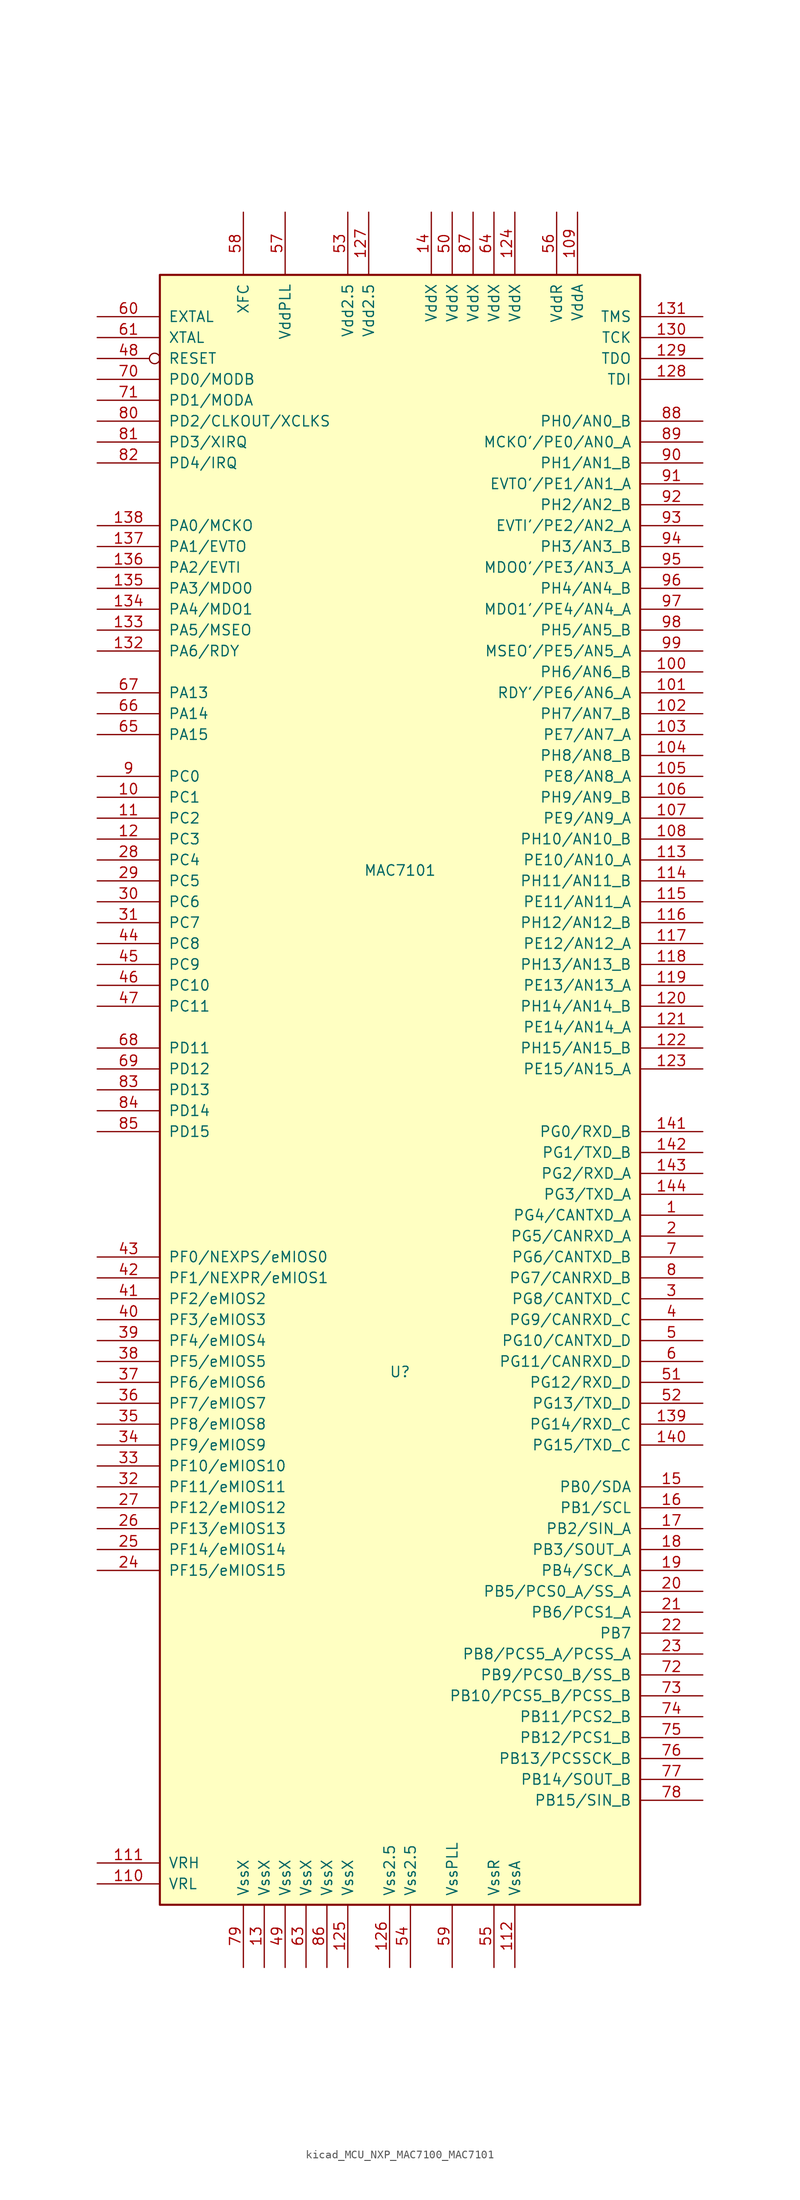
<source format=kicad_sym>
(kicad_symbol_lib
  (version 20220914)
  (generator kicad_symbol_editor)
  (symbol "kicad_MCU_NXP_MAC7100_MAC7101"
    (pin_names
      (offset 1.016))
    (property "Reference" "U"
      (at 1.27 -44.45 0)
      (effects (font (size 1.27 1.27))))
    (property "Value" "MAC7101"
      (at 1.27 16.51 0)
      (effects (font (size 1.27 1.27))))
    (symbol "kicad_MCU_NXP_MAC7100_MAC7101_0_1"
      (rectangle (start 30.48 -109.22) (end -27.94 88.9) (stroke (width 0.254) (type default)) (fill (type background))))
    (symbol "kicad_MCU_NXP_MAC7100_MAC7101_1_1"
      (pin bidirectional line (at 38.1 -25.4 180) (length 7.62) (name "PG4/CANTXD_A" (effects (font (size 1.27 1.27)))) (number "1" (effects (font (size 1.27 1.27)))))
      (pin bidirectional line (at -35.56 25.4 0) (length 7.62) (name "PC1" (effects (font (size 1.27 1.27)))) (number "10" (effects (font (size 1.27 1.27)))))
      (pin bidirectional line (at 38.1 40.64 180) (length 7.62) (name "PH6/AN6_B" (effects (font (size 1.27 1.27)))) (number "100" (effects (font (size 1.27 1.27)))))
      (pin bidirectional line (at 38.1 38.1 180) (length 7.62) (name "RDY'/PE6/AN6_A" (effects (font (size 1.27 1.27)))) (number "101" (effects (font (size 1.27 1.27)))))
      (pin bidirectional line (at 38.1 35.56 180) (length 7.62) (name "PH7/AN7_B" (effects (font (size 1.27 1.27)))) (number "102" (effects (font (size 1.27 1.27)))))
      (pin bidirectional line (at 38.1 33.02 180) (length 7.62) (name "PE7/AN7_A" (effects (font (size 1.27 1.27)))) (number "103" (effects (font (size 1.27 1.27)))))
      (pin bidirectional line (at 38.1 30.48 180) (length 7.62) (name "PH8/AN8_B" (effects (font (size 1.27 1.27)))) (number "104" (effects (font (size 1.27 1.27)))))
      (pin bidirectional line (at 38.1 27.94 180) (length 7.62) (name "PE8/AN8_A" (effects (font (size 1.27 1.27)))) (number "105" (effects (font (size 1.27 1.27)))))
      (pin bidirectional line (at 38.1 25.4 180) (length 7.62) (name "PH9/AN9_B" (effects (font (size 1.27 1.27)))) (number "106" (effects (font (size 1.27 1.27)))))
      (pin bidirectional line (at 38.1 22.86 180) (length 7.62) (name "PE9/AN9_A" (effects (font (size 1.27 1.27)))) (number "107" (effects (font (size 1.27 1.27)))))
      (pin bidirectional line (at 38.1 20.32 180) (length 7.62) (name "PH10/AN10_B" (effects (font (size 1.27 1.27)))) (number "108" (effects (font (size 1.27 1.27)))))
      (pin power_in line (at 22.86 96.52 270) (length 7.62) (name "VddA" (effects (font (size 1.27 1.27)))) (number "109" (effects (font (size 1.27 1.27)))))
      (pin bidirectional line (at -35.56 22.86 0) (length 7.62) (name "PC2" (effects (font (size 1.27 1.27)))) (number "11" (effects (font (size 1.27 1.27)))))
      (pin passive line (at -35.56 -106.68 0) (length 7.62) (name "VRL" (effects (font (size 1.27 1.27)))) (number "110" (effects (font (size 1.27 1.27)))))
      (pin passive line (at -35.56 -104.14 0) (length 7.62) (name "VRH" (effects (font (size 1.27 1.27)))) (number "111" (effects (font (size 1.27 1.27)))))
      (pin power_in line (at 15.24 -116.84 90) (length 7.62) (name "VssA" (effects (font (size 1.27 1.27)))) (number "112" (effects (font (size 1.27 1.27)))))
      (pin bidirectional line (at 38.1 17.78 180) (length 7.62) (name "PE10/AN10_A" (effects (font (size 1.27 1.27)))) (number "113" (effects (font (size 1.27 1.27)))))
      (pin bidirectional line (at 38.1 15.24 180) (length 7.62) (name "PH11/AN11_B" (effects (font (size 1.27 1.27)))) (number "114" (effects (font (size 1.27 1.27)))))
      (pin bidirectional line (at 38.1 12.7 180) (length 7.62) (name "PE11/AN11_A" (effects (font (size 1.27 1.27)))) (number "115" (effects (font (size 1.27 1.27)))))
      (pin bidirectional line (at 38.1 10.16 180) (length 7.62) (name "PH12/AN12_B" (effects (font (size 1.27 1.27)))) (number "116" (effects (font (size 1.27 1.27)))))
      (pin bidirectional line (at 38.1 7.62 180) (length 7.62) (name "PE12/AN12_A" (effects (font (size 1.27 1.27)))) (number "117" (effects (font (size 1.27 1.27)))))
      (pin bidirectional line (at 38.1 5.08 180) (length 7.62) (name "PH13/AN13_B" (effects (font (size 1.27 1.27)))) (number "118" (effects (font (size 1.27 1.27)))))
      (pin bidirectional line (at 38.1 2.54 180) (length 7.62) (name "PE13/AN13_A" (effects (font (size 1.27 1.27)))) (number "119" (effects (font (size 1.27 1.27)))))
      (pin bidirectional line (at -35.56 20.32 0) (length 7.62) (name "PC3" (effects (font (size 1.27 1.27)))) (number "12" (effects (font (size 1.27 1.27)))))
      (pin bidirectional line (at 38.1 0 180) (length 7.62) (name "PH14/AN14_B" (effects (font (size 1.27 1.27)))) (number "120" (effects (font (size 1.27 1.27)))))
      (pin bidirectional line (at 38.1 -2.54 180) (length 7.62) (name "PE14/AN14_A" (effects (font (size 1.27 1.27)))) (number "121" (effects (font (size 1.27 1.27)))))
      (pin bidirectional line (at 38.1 -5.08 180) (length 7.62) (name "PH15/AN15_B" (effects (font (size 1.27 1.27)))) (number "122" (effects (font (size 1.27 1.27)))))
      (pin bidirectional line (at 38.1 -7.62 180) (length 7.62) (name "PE15/AN15_A" (effects (font (size 1.27 1.27)))) (number "123" (effects (font (size 1.27 1.27)))))
      (pin power_in line (at 15.24 96.52 270) (length 7.62) (name "VddX" (effects (font (size 1.27 1.27)))) (number "124" (effects (font (size 1.27 1.27)))))
      (pin power_in line (at -5.08 -116.84 90) (length 7.62) (name "VssX" (effects (font (size 1.27 1.27)))) (number "125" (effects (font (size 1.27 1.27)))))
      (pin power_in line (at 0 -116.84 90) (length 7.62) (name "Vss2.5" (effects (font (size 1.27 1.27)))) (number "126" (effects (font (size 1.27 1.27)))))
      (pin power_in line (at -2.54 96.52 270) (length 7.62) (name "Vdd2.5" (effects (font (size 1.27 1.27)))) (number "127" (effects (font (size 1.27 1.27)))))
      (pin input line (at 38.1 76.2 180) (length 7.62) (name "TDI" (effects (font (size 1.27 1.27)))) (number "128" (effects (font (size 1.27 1.27)))))
      (pin output line (at 38.1 78.74 180) (length 7.62) (name "TDO" (effects (font (size 1.27 1.27)))) (number "129" (effects (font (size 1.27 1.27)))))
      (pin power_in line (at -15.24 -116.84 90) (length 7.62) (name "VssX" (effects (font (size 1.27 1.27)))) (number "13" (effects (font (size 1.27 1.27)))))
      (pin input line (at 38.1 81.28 180) (length 7.62) (name "TCK" (effects (font (size 1.27 1.27)))) (number "130" (effects (font (size 1.27 1.27)))))
      (pin input line (at 38.1 83.82 180) (length 7.62) (name "TMS" (effects (font (size 1.27 1.27)))) (number "131" (effects (font (size 1.27 1.27)))))
      (pin bidirectional line (at -35.56 43.18 0) (length 7.62) (name "PA6/RDY" (effects (font (size 1.27 1.27)))) (number "132" (effects (font (size 1.27 1.27)))))
      (pin bidirectional line (at -35.56 45.72 0) (length 7.62) (name "PA5/MSEO" (effects (font (size 1.27 1.27)))) (number "133" (effects (font (size 1.27 1.27)))))
      (pin bidirectional line (at -35.56 48.26 0) (length 7.62) (name "PA4/MDO1" (effects (font (size 1.27 1.27)))) (number "134" (effects (font (size 1.27 1.27)))))
      (pin bidirectional line (at -35.56 50.8 0) (length 7.62) (name "PA3/MDO0" (effects (font (size 1.27 1.27)))) (number "135" (effects (font (size 1.27 1.27)))))
      (pin bidirectional line (at -35.56 53.34 0) (length 7.62) (name "PA2/EVTI" (effects (font (size 1.27 1.27)))) (number "136" (effects (font (size 1.27 1.27)))))
      (pin bidirectional line (at -35.56 55.88 0) (length 7.62) (name "PA1/EVTO" (effects (font (size 1.27 1.27)))) (number "137" (effects (font (size 1.27 1.27)))))
      (pin bidirectional line (at -35.56 58.42 0) (length 7.62) (name "PA0/MCKO" (effects (font (size 1.27 1.27)))) (number "138" (effects (font (size 1.27 1.27)))))
      (pin bidirectional line (at 38.1 -50.8 180) (length 7.62) (name "PG14/RXD_C" (effects (font (size 1.27 1.27)))) (number "139" (effects (font (size 1.27 1.27)))))
      (pin power_in line (at 5.08 96.52 270) (length 7.62) (name "VddX" (effects (font (size 1.27 1.27)))) (number "14" (effects (font (size 1.27 1.27)))))
      (pin bidirectional line (at 38.1 -53.34 180) (length 7.62) (name "PG15/TXD_C" (effects (font (size 1.27 1.27)))) (number "140" (effects (font (size 1.27 1.27)))))
      (pin bidirectional line (at 38.1 -15.24 180) (length 7.62) (name "PG0/RXD_B" (effects (font (size 1.27 1.27)))) (number "141" (effects (font (size 1.27 1.27)))))
      (pin bidirectional line (at 38.1 -17.78 180) (length 7.62) (name "PG1/TXD_B" (effects (font (size 1.27 1.27)))) (number "142" (effects (font (size 1.27 1.27)))))
      (pin bidirectional line (at 38.1 -20.32 180) (length 7.62) (name "PG2/RXD_A" (effects (font (size 1.27 1.27)))) (number "143" (effects (font (size 1.27 1.27)))))
      (pin bidirectional line (at 38.1 -22.86 180) (length 7.62) (name "PG3/TXD_A" (effects (font (size 1.27 1.27)))) (number "144" (effects (font (size 1.27 1.27)))))
      (pin bidirectional line (at 38.1 -58.42 180) (length 7.62) (name "PB0/SDA" (effects (font (size 1.27 1.27)))) (number "15" (effects (font (size 1.27 1.27)))))
      (pin bidirectional line (at 38.1 -60.96 180) (length 7.62) (name "PB1/SCL" (effects (font (size 1.27 1.27)))) (number "16" (effects (font (size 1.27 1.27)))))
      (pin bidirectional line (at 38.1 -63.5 180) (length 7.62) (name "PB2/SIN_A" (effects (font (size 1.27 1.27)))) (number "17" (effects (font (size 1.27 1.27)))))
      (pin bidirectional line (at 38.1 -66.04 180) (length 7.62) (name "PB3/SOUT_A" (effects (font (size 1.27 1.27)))) (number "18" (effects (font (size 1.27 1.27)))))
      (pin bidirectional line (at 38.1 -68.58 180) (length 7.62) (name "PB4/SCK_A" (effects (font (size 1.27 1.27)))) (number "19" (effects (font (size 1.27 1.27)))))
      (pin bidirectional line (at 38.1 -27.94 180) (length 7.62) (name "PG5/CANRXD_A" (effects (font (size 1.27 1.27)))) (number "2" (effects (font (size 1.27 1.27)))))
      (pin bidirectional line (at 38.1 -71.12 180) (length 7.62) (name "PB5/PCS0_A/SS_A" (effects (font (size 1.27 1.27)))) (number "20" (effects (font (size 1.27 1.27)))))
      (pin bidirectional line (at 38.1 -73.66 180) (length 7.62) (name "PB6/PCS1_A" (effects (font (size 1.27 1.27)))) (number "21" (effects (font (size 1.27 1.27)))))
      (pin bidirectional line (at 38.1 -76.2 180) (length 7.62) (name "PB7" (effects (font (size 1.27 1.27)))) (number "22" (effects (font (size 1.27 1.27)))))
      (pin bidirectional line (at 38.1 -78.74 180) (length 7.62) (name "PB8/PCS5_A/PCSS_A" (effects (font (size 1.27 1.27)))) (number "23" (effects (font (size 1.27 1.27)))))
      (pin bidirectional line (at -35.56 -68.58 0) (length 7.62) (name "PF15/eMIOS15" (effects (font (size 1.27 1.27)))) (number "24" (effects (font (size 1.27 1.27)))))
      (pin bidirectional line (at -35.56 -66.04 0) (length 7.62) (name "PF14/eMIOS14" (effects (font (size 1.27 1.27)))) (number "25" (effects (font (size 1.27 1.27)))))
      (pin bidirectional line (at -35.56 -63.5 0) (length 7.62) (name "PF13/eMIOS13" (effects (font (size 1.27 1.27)))) (number "26" (effects (font (size 1.27 1.27)))))
      (pin bidirectional line (at -35.56 -60.96 0) (length 7.62) (name "PF12/eMIOS12" (effects (font (size 1.27 1.27)))) (number "27" (effects (font (size 1.27 1.27)))))
      (pin bidirectional line (at -35.56 17.78 0) (length 7.62) (name "PC4" (effects (font (size 1.27 1.27)))) (number "28" (effects (font (size 1.27 1.27)))))
      (pin bidirectional line (at -35.56 15.24 0) (length 7.62) (name "PC5" (effects (font (size 1.27 1.27)))) (number "29" (effects (font (size 1.27 1.27)))))
      (pin bidirectional line (at 38.1 -35.56 180) (length 7.62) (name "PG8/CANTXD_C" (effects (font (size 1.27 1.27)))) (number "3" (effects (font (size 1.27 1.27)))))
      (pin bidirectional line (at -35.56 12.7 0) (length 7.62) (name "PC6" (effects (font (size 1.27 1.27)))) (number "30" (effects (font (size 1.27 1.27)))))
      (pin bidirectional line (at -35.56 10.16 0) (length 7.62) (name "PC7" (effects (font (size 1.27 1.27)))) (number "31" (effects (font (size 1.27 1.27)))))
      (pin bidirectional line (at -35.56 -58.42 0) (length 7.62) (name "PF11/eMIOS11" (effects (font (size 1.27 1.27)))) (number "32" (effects (font (size 1.27 1.27)))))
      (pin bidirectional line (at -35.56 -55.88 0) (length 7.62) (name "PF10/eMIOS10" (effects (font (size 1.27 1.27)))) (number "33" (effects (font (size 1.27 1.27)))))
      (pin bidirectional line (at -35.56 -53.34 0) (length 7.62) (name "PF9/eMIOS9" (effects (font (size 1.27 1.27)))) (number "34" (effects (font (size 1.27 1.27)))))
      (pin bidirectional line (at -35.56 -50.8 0) (length 7.62) (name "PF8/eMIOS8" (effects (font (size 1.27 1.27)))) (number "35" (effects (font (size 1.27 1.27)))))
      (pin bidirectional line (at -35.56 -48.26 0) (length 7.62) (name "PF7/eMIOS7" (effects (font (size 1.27 1.27)))) (number "36" (effects (font (size 1.27 1.27)))))
      (pin bidirectional line (at -35.56 -45.72 0) (length 7.62) (name "PF6/eMIOS6" (effects (font (size 1.27 1.27)))) (number "37" (effects (font (size 1.27 1.27)))))
      (pin bidirectional line (at -35.56 -43.18 0) (length 7.62) (name "PF5/eMIOS5" (effects (font (size 1.27 1.27)))) (number "38" (effects (font (size 1.27 1.27)))))
      (pin bidirectional line (at -35.56 -40.64 0) (length 7.62) (name "PF4/eMIOS4" (effects (font (size 1.27 1.27)))) (number "39" (effects (font (size 1.27 1.27)))))
      (pin bidirectional line (at 38.1 -38.1 180) (length 7.62) (name "PG9/CANRXD_C" (effects (font (size 1.27 1.27)))) (number "4" (effects (font (size 1.27 1.27)))))
      (pin bidirectional line (at -35.56 -38.1 0) (length 7.62) (name "PF3/eMIOS3" (effects (font (size 1.27 1.27)))) (number "40" (effects (font (size 1.27 1.27)))))
      (pin bidirectional line (at -35.56 -35.56 0) (length 7.62) (name "PF2/eMIOS2" (effects (font (size 1.27 1.27)))) (number "41" (effects (font (size 1.27 1.27)))))
      (pin bidirectional line (at -35.56 -33.02 0) (length 7.62) (name "PF1/NEXPR/eMIOS1" (effects (font (size 1.27 1.27)))) (number "42" (effects (font (size 1.27 1.27)))))
      (pin bidirectional line (at -35.56 -30.48 0) (length 7.62) (name "PF0/NEXPS/eMIOS0" (effects (font (size 1.27 1.27)))) (number "43" (effects (font (size 1.27 1.27)))))
      (pin bidirectional line (at -35.56 7.62 0) (length 7.62) (name "PC8" (effects (font (size 1.27 1.27)))) (number "44" (effects (font (size 1.27 1.27)))))
      (pin bidirectional line (at -35.56 5.08 0) (length 7.62) (name "PC9" (effects (font (size 1.27 1.27)))) (number "45" (effects (font (size 1.27 1.27)))))
      (pin bidirectional line (at -35.56 2.54 0) (length 7.62) (name "PC10" (effects (font (size 1.27 1.27)))) (number "46" (effects (font (size 1.27 1.27)))))
      (pin bidirectional line (at -35.56 0 0) (length 7.62) (name "PC11" (effects (font (size 1.27 1.27)))) (number "47" (effects (font (size 1.27 1.27)))))
      (pin bidirectional inverted (at -35.56 78.74 0) (length 7.62) (name "RESET" (effects (font (size 1.27 1.27)))) (number "48" (effects (font (size 1.27 1.27)))))
      (pin power_in line (at -12.7 -116.84 90) (length 7.62) (name "VssX" (effects (font (size 1.27 1.27)))) (number "49" (effects (font (size 1.27 1.27)))))
      (pin bidirectional line (at 38.1 -40.64 180) (length 7.62) (name "PG10/CANTXD_D" (effects (font (size 1.27 1.27)))) (number "5" (effects (font (size 1.27 1.27)))))
      (pin power_in line (at 7.62 96.52 270) (length 7.62) (name "VddX" (effects (font (size 1.27 1.27)))) (number "50" (effects (font (size 1.27 1.27)))))
      (pin bidirectional line (at 38.1 -45.72 180) (length 7.62) (name "PG12/RXD_D" (effects (font (size 1.27 1.27)))) (number "51" (effects (font (size 1.27 1.27)))))
      (pin bidirectional line (at 38.1 -48.26 180) (length 7.62) (name "PG13/TXD_D" (effects (font (size 1.27 1.27)))) (number "52" (effects (font (size 1.27 1.27)))))
      (pin passive line (at -5.08 96.52 270) (length 7.62) (name "Vdd2.5" (effects (font (size 1.27 1.27)))) (number "53" (effects (font (size 1.27 1.27)))))
      (pin passive line (at 2.54 -116.84 90) (length 7.62) (name "Vss2.5" (effects (font (size 1.27 1.27)))) (number "54" (effects (font (size 1.27 1.27)))))
      (pin power_in line (at 12.7 -116.84 90) (length 7.62) (name "VssR" (effects (font (size 1.27 1.27)))) (number "55" (effects (font (size 1.27 1.27)))))
      (pin power_in line (at 20.32 96.52 270) (length 7.62) (name "VddR" (effects (font (size 1.27 1.27)))) (number "56" (effects (font (size 1.27 1.27)))))
      (pin passive line (at -12.7 96.52 270) (length 7.62) (name "VddPLL" (effects (font (size 1.27 1.27)))) (number "57" (effects (font (size 1.27 1.27)))))
      (pin bidirectional line (at -17.78 96.52 270) (length 7.62) (name "XFC" (effects (font (size 1.27 1.27)))) (number "58" (effects (font (size 1.27 1.27)))))
      (pin passive line (at 7.62 -116.84 90) (length 7.62) (name "VssPLL" (effects (font (size 1.27 1.27)))) (number "59" (effects (font (size 1.27 1.27)))))
      (pin bidirectional line (at 38.1 -43.18 180) (length 7.62) (name "PG11/CANRXD_D" (effects (font (size 1.27 1.27)))) (number "6" (effects (font (size 1.27 1.27)))))
      (pin input line (at -35.56 83.82 0) (length 7.62) (name "EXTAL" (effects (font (size 1.27 1.27)))) (number "60" (effects (font (size 1.27 1.27)))))
      (pin output line (at -35.56 81.28 0) (length 7.62) (name "XTAL" (effects (font (size 1.27 1.27)))) (number "61" (effects (font (size 1.27 1.27)))))
      (pin power_in line (at -10.16 -116.84 90) (length 7.62) (name "VssX" (effects (font (size 1.27 1.27)))) (number "63" (effects (font (size 1.27 1.27)))))
      (pin power_in line (at 12.7 96.52 270) (length 7.62) (name "VddX" (effects (font (size 1.27 1.27)))) (number "64" (effects (font (size 1.27 1.27)))))
      (pin bidirectional line (at -35.56 33.02 0) (length 7.62) (name "PA15" (effects (font (size 1.27 1.27)))) (number "65" (effects (font (size 1.27 1.27)))))
      (pin bidirectional line (at -35.56 35.56 0) (length 7.62) (name "PA14" (effects (font (size 1.27 1.27)))) (number "66" (effects (font (size 1.27 1.27)))))
      (pin bidirectional line (at -35.56 38.1 0) (length 7.62) (name "PA13" (effects (font (size 1.27 1.27)))) (number "67" (effects (font (size 1.27 1.27)))))
      (pin bidirectional line (at -35.56 -5.08 0) (length 7.62) (name "PD11" (effects (font (size 1.27 1.27)))) (number "68" (effects (font (size 1.27 1.27)))))
      (pin bidirectional line (at -35.56 -7.62 0) (length 7.62) (name "PD12" (effects (font (size 1.27 1.27)))) (number "69" (effects (font (size 1.27 1.27)))))
      (pin bidirectional line (at 38.1 -30.48 180) (length 7.62) (name "PG6/CANTXD_B" (effects (font (size 1.27 1.27)))) (number "7" (effects (font (size 1.27 1.27)))))
      (pin bidirectional line (at -35.56 76.2 0) (length 7.62) (name "PD0/MODB" (effects (font (size 1.27 1.27)))) (number "70" (effects (font (size 1.27 1.27)))))
      (pin bidirectional line (at -35.56 73.66 0) (length 7.62) (name "PD1/MODA" (effects (font (size 1.27 1.27)))) (number "71" (effects (font (size 1.27 1.27)))))
      (pin bidirectional line (at 38.1 -81.28 180) (length 7.62) (name "PB9/PCS0_B/SS_B" (effects (font (size 1.27 1.27)))) (number "72" (effects (font (size 1.27 1.27)))))
      (pin bidirectional line (at 38.1 -83.82 180) (length 7.62) (name "PB10/PCS5_B/PCSS_B" (effects (font (size 1.27 1.27)))) (number "73" (effects (font (size 1.27 1.27)))))
      (pin bidirectional line (at 38.1 -86.36 180) (length 7.62) (name "PB11/PCS2_B" (effects (font (size 1.27 1.27)))) (number "74" (effects (font (size 1.27 1.27)))))
      (pin bidirectional line (at 38.1 -88.9 180) (length 7.62) (name "PB12/PCS1_B" (effects (font (size 1.27 1.27)))) (number "75" (effects (font (size 1.27 1.27)))))
      (pin bidirectional line (at 38.1 -91.44 180) (length 7.62) (name "PB13/PCSSCK_B" (effects (font (size 1.27 1.27)))) (number "76" (effects (font (size 1.27 1.27)))))
      (pin bidirectional line (at 38.1 -93.98 180) (length 7.62) (name "PB14/SOUT_B" (effects (font (size 1.27 1.27)))) (number "77" (effects (font (size 1.27 1.27)))))
      (pin bidirectional line (at 38.1 -96.52 180) (length 7.62) (name "PB15/SIN_B" (effects (font (size 1.27 1.27)))) (number "78" (effects (font (size 1.27 1.27)))))
      (pin power_in line (at -17.78 -116.84 90) (length 7.62) (name "VssX" (effects (font (size 1.27 1.27)))) (number "79" (effects (font (size 1.27 1.27)))))
      (pin bidirectional line (at 38.1 -33.02 180) (length 7.62) (name "PG7/CANRXD_B" (effects (font (size 1.27 1.27)))) (number "8" (effects (font (size 1.27 1.27)))))
      (pin bidirectional line (at -35.56 71.12 0) (length 7.62) (name "PD2/CLKOUT/XCLKS" (effects (font (size 1.27 1.27)))) (number "80" (effects (font (size 1.27 1.27)))))
      (pin bidirectional line (at -35.56 68.58 0) (length 7.62) (name "PD3/XIRQ" (effects (font (size 1.27 1.27)))) (number "81" (effects (font (size 1.27 1.27)))))
      (pin bidirectional line (at -35.56 66.04 0) (length 7.62) (name "PD4/IRQ" (effects (font (size 1.27 1.27)))) (number "82" (effects (font (size 1.27 1.27)))))
      (pin bidirectional line (at -35.56 -10.16 0) (length 7.62) (name "PD13" (effects (font (size 1.27 1.27)))) (number "83" (effects (font (size 1.27 1.27)))))
      (pin bidirectional line (at -35.56 -12.7 0) (length 7.62) (name "PD14" (effects (font (size 1.27 1.27)))) (number "84" (effects (font (size 1.27 1.27)))))
      (pin bidirectional line (at -35.56 -15.24 0) (length 7.62) (name "PD15" (effects (font (size 1.27 1.27)))) (number "85" (effects (font (size 1.27 1.27)))))
      (pin power_in line (at -7.62 -116.84 90) (length 7.62) (name "VssX" (effects (font (size 1.27 1.27)))) (number "86" (effects (font (size 1.27 1.27)))))
      (pin power_in line (at 10.16 96.52 270) (length 7.62) (name "VddX" (effects (font (size 1.27 1.27)))) (number "87" (effects (font (size 1.27 1.27)))))
      (pin bidirectional line (at 38.1 71.12 180) (length 7.62) (name "PH0/AN0_B" (effects (font (size 1.27 1.27)))) (number "88" (effects (font (size 1.27 1.27)))))
      (pin bidirectional line (at 38.1 68.58 180) (length 7.62) (name "MCKO'/PE0/AN0_A" (effects (font (size 1.27 1.27)))) (number "89" (effects (font (size 1.27 1.27)))))
      (pin bidirectional line (at -35.56 27.94 0) (length 7.62) (name "PC0" (effects (font (size 1.27 1.27)))) (number "9" (effects (font (size 1.27 1.27)))))
      (pin bidirectional line (at 38.1 66.04 180) (length 7.62) (name "PH1/AN1_B" (effects (font (size 1.27 1.27)))) (number "90" (effects (font (size 1.27 1.27)))))
      (pin bidirectional line (at 38.1 63.5 180) (length 7.62) (name "EVTO'/PE1/AN1_A" (effects (font (size 1.27 1.27)))) (number "91" (effects (font (size 1.27 1.27)))))
      (pin bidirectional line (at 38.1 60.96 180) (length 7.62) (name "PH2/AN2_B" (effects (font (size 1.27 1.27)))) (number "92" (effects (font (size 1.27 1.27)))))
      (pin bidirectional line (at 38.1 58.42 180) (length 7.62) (name "EVTI'/PE2/AN2_A" (effects (font (size 1.27 1.27)))) (number "93" (effects (font (size 1.27 1.27)))))
      (pin bidirectional line (at 38.1 55.88 180) (length 7.62) (name "PH3/AN3_B" (effects (font (size 1.27 1.27)))) (number "94" (effects (font (size 1.27 1.27)))))
      (pin bidirectional line (at 38.1 53.34 180) (length 7.62) (name "MDO0'/PE3/AN3_A" (effects (font (size 1.27 1.27)))) (number "95" (effects (font (size 1.27 1.27)))))
      (pin bidirectional line (at 38.1 50.8 180) (length 7.62) (name "PH4/AN4_B" (effects (font (size 1.27 1.27)))) (number "96" (effects (font (size 1.27 1.27)))))
      (pin bidirectional line (at 38.1 48.26 180) (length 7.62) (name "MDO1'/PE4/AN4_A" (effects (font (size 1.27 1.27)))) (number "97" (effects (font (size 1.27 1.27)))))
      (pin bidirectional line (at 38.1 45.72 180) (length 7.62) (name "PH5/AN5_B" (effects (font (size 1.27 1.27)))) (number "98" (effects (font (size 1.27 1.27)))))
      (pin bidirectional line (at 38.1 43.18 180) (length 7.62) (name "MSEO'/PE5/AN5_A" (effects (font (size 1.27 1.27)))) (number "99" (effects (font (size 1.27 1.27))))))))
</source>
